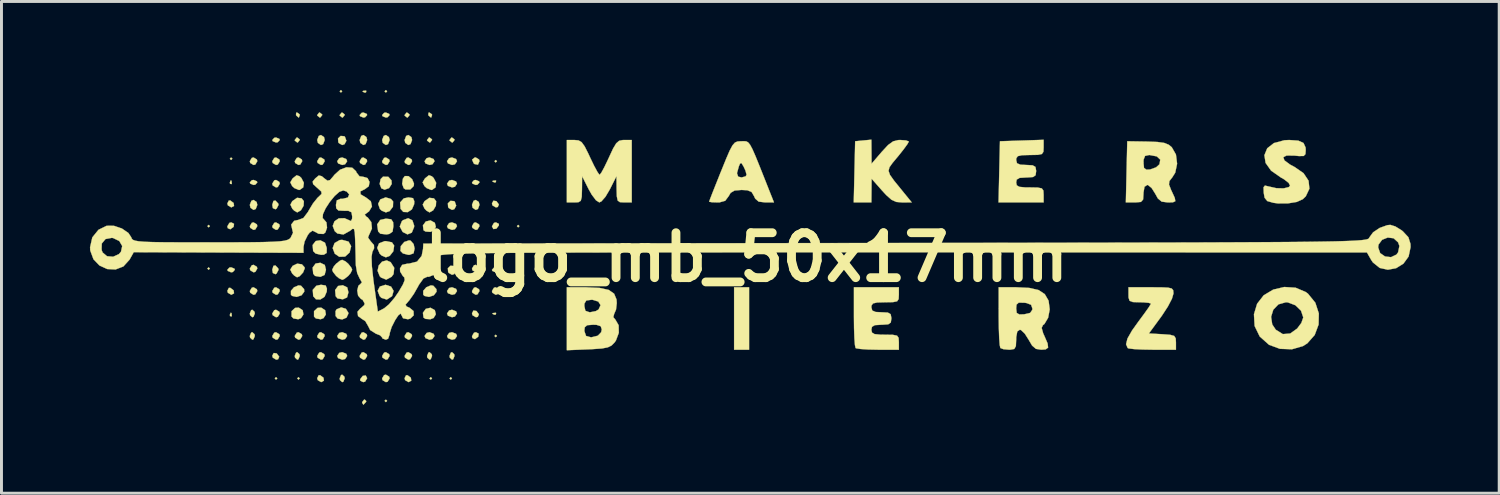
<source format=kicad_pcb>
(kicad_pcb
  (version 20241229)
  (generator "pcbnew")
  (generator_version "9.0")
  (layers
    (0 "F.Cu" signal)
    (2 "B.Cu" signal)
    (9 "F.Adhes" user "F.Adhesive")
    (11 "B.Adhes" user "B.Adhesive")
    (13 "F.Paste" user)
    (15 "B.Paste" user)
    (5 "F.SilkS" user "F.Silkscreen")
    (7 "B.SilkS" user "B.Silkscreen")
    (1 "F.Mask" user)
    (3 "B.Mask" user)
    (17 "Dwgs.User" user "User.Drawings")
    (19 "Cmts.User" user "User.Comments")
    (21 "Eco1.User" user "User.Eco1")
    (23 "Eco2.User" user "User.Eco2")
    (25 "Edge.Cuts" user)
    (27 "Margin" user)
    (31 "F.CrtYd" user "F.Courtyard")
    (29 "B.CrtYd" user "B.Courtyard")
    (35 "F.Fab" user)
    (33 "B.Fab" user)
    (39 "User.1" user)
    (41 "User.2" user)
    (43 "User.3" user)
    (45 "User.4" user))
  (footprint "logo_mb_50x17mm"
    (layer "F.Cu")
    (at 22.272 5.678)
    (property "Reference" "logo_mb_50x17mm" (at 0 0 0) (layer "F.SilkS") (effects (font (size 1.524 1.524) (thickness 0.3))))
    (attr through_hole)
    (fp_poly (pts (xy -18.203 -1.058) (xy -18.246 -1.016) (xy -18.288 -1.058) (xy -18.246 -1.101) (xy -18.203 -1.058)) (stroke (width 0.01) (type solid)) (fill yes) (layer "F.SilkS"))
    (fp_poly (pts (xy -18.203 0.381) (xy -18.246 0.423) (xy -18.288 0.381) (xy -18.246 0.339) (xy -18.203 0.381)) (stroke (width 0.01) (type solid)) (fill yes) (layer "F.SilkS"))
    (fp_poly (pts (xy -17.441 -3.344) (xy -17.484 -3.302) (xy -17.526 -3.344) (xy -17.484 -3.387) (xy -17.441 -3.344)) (stroke (width 0.01) (type solid)) (fill yes) (layer "F.SilkS"))
    (fp_poly (pts (xy -15.917 4.106) (xy -15.96 4.149) (xy -16.002 4.106) (xy -15.96 4.064) (xy -15.917 4.106)) (stroke (width 0.01) (type solid)) (fill yes) (layer "F.SilkS"))
    (fp_poly (pts (xy -15.155 4.106) (xy -15.198 4.149) (xy -15.24 4.106) (xy -15.198 4.064) (xy -15.155 4.106)) (stroke (width 0.01) (type solid)) (fill yes) (layer "F.SilkS"))
    (fp_poly (pts (xy -13.716 -5.63) (xy -13.758 -5.588) (xy -13.801 -5.63) (xy -13.758 -5.673) (xy -13.716 -5.63)) (stroke (width 0.01) (type solid)) (fill yes) (layer "F.SilkS"))
    (fp_poly (pts (xy -12.192 -5.63) (xy -12.234 -5.588) (xy -12.277 -5.63) (xy -12.234 -5.673) (xy -12.192 -5.63)) (stroke (width 0.01) (type solid)) (fill yes) (layer "F.SilkS"))
    (fp_poly (pts (xy -12.192 4.868) (xy -12.234 4.911) (xy -12.277 4.868) (xy -12.234 4.826) (xy -12.192 4.868)) (stroke (width 0.01) (type solid)) (fill yes) (layer "F.SilkS"))
    (fp_poly (pts (xy -10.668 4.106) (xy -10.71 4.149) (xy -10.753 4.106) (xy -10.71 4.064) (xy -10.668 4.106)) (stroke (width 0.01) (type solid)) (fill yes) (layer "F.SilkS"))
    (fp_poly (pts (xy -9.991 4.106) (xy -10.033 4.149) (xy -10.075 4.106) (xy -10.033 4.064) (xy -9.991 4.106)) (stroke (width 0.01) (type solid)) (fill yes) (layer "F.SilkS"))
    (fp_poly (pts (xy -8.467 -3.26) (xy -8.509 -3.217) (xy -8.551 -3.26) (xy -8.509 -3.302) (xy -8.467 -3.26)) (stroke (width 0.01) (type solid)) (fill yes) (layer "F.SilkS"))
    (fp_poly (pts (xy -8.467 2.667) (xy -8.509 2.709) (xy -8.551 2.667) (xy -8.509 2.625) (xy -8.467 2.667)) (stroke (width 0.01) (type solid)) (fill yes) (layer "F.SilkS"))
    (fp_poly (pts (xy -7.705 -1.058) (xy -7.747 -1.016) (xy -7.789 -1.058) (xy -7.747 -1.101) (xy -7.705 -1.058)) (stroke (width 0.01) (type solid)) (fill yes) (layer "F.SilkS"))
    (fp_poly (pts (xy -7.705 0.381) (xy -7.747 0.423) (xy -7.789 0.381) (xy -7.747 0.339) (xy -7.705 0.381)) (stroke (width 0.01) (type solid)) (fill yes) (layer "F.SilkS"))
    (fp_poly (pts (xy 0.085 3.133) (xy -0.423 3.133) (xy -0.423 1.016) (xy 0.085 1.016) (xy 0.085 3.133)) (stroke (width 0.01) (type solid)) (fill yes) (layer "F.SilkS"))
    (fp_poly (pts (xy -17.47 -2.596) (xy -17.459 -2.496) (xy -17.47 -2.484) (xy -17.52 -2.495) (xy -17.526 -2.54) (xy -17.495 -2.61) (xy -17.47 -2.596)) (stroke (width 0.01) (type solid)) (fill yes) (layer "F.SilkS"))
    (fp_poly (pts (xy -17.47 1.891) (xy -17.459 1.991) (xy -17.47 2.004) (xy -17.52 1.992) (xy -17.526 1.947) (xy -17.495 1.878) (xy -17.47 1.891)) (stroke (width 0.01) (type solid)) (fill yes) (layer "F.SilkS"))
    (fp_poly (pts (xy -12.898 -5.644) (xy -12.909 -5.594) (xy -12.954 -5.588) (xy -13.024 -5.619) (xy -13.01 -5.644) (xy -12.91 -5.655) (xy -12.898 -5.644)) (stroke (width 0.01) (type solid)) (fill yes) (layer "F.SilkS"))
    (fp_poly (pts (xy -8.495 -2.596) (xy -8.507 -2.546) (xy -8.551 -2.54) (xy -8.621 -2.571) (xy -8.608 -2.596) (xy -8.507 -2.607) (xy -8.495 -2.596)) (stroke (width 0.01) (type solid)) (fill yes) (layer "F.SilkS"))
    (fp_poly (pts (xy -8.495 1.891) (xy -8.507 1.941) (xy -8.551 1.947) (xy -8.621 1.916) (xy -8.608 1.891) (xy -8.507 1.881) (xy -8.495 1.891)) (stroke (width 0.01) (type solid)) (fill yes) (layer "F.SilkS"))
    (fp_poly (pts (xy -17.398 -1.844) (xy -17.384 -1.742) (xy -17.477 -1.693) (xy -17.593 -1.762) (xy -17.611 -1.827) (xy -17.561 -1.926) (xy -17.51 -1.928) (xy -17.398 -1.844)) (stroke (width 0.01) (type solid)) (fill yes) (layer "F.SilkS"))
    (fp_poly (pts (xy -17.398 1.12) (xy -17.384 1.221) (xy -17.477 1.27) (xy -17.593 1.202) (xy -17.611 1.136) (xy -17.561 1.037) (xy -17.51 1.035) (xy -17.398 1.12)) (stroke (width 0.01) (type solid)) (fill yes) (layer "F.SilkS"))
    (fp_poly (pts (xy -17.384 -1.136) (xy -17.399 -1.034) (xy -17.51 -0.951) (xy -17.596 -0.988) (xy -17.611 -1.051) (xy -17.542 -1.168) (xy -17.477 -1.185) (xy -17.384 -1.136)) (stroke (width 0.01) (type solid)) (fill yes) (layer "F.SilkS"))
    (fp_poly (pts (xy -15.936 3.259) (xy -15.852 3.371) (xy -15.889 3.457) (xy -15.953 3.471) (xy -16.069 3.403) (xy -16.087 3.337) (xy -16.037 3.245) (xy -15.936 3.259)) (stroke (width 0.01) (type solid)) (fill yes) (layer "F.SilkS"))
    (fp_poly (pts (xy -14.35 4.083) (xy -14.336 4.184) (xy -14.429 4.233) (xy -14.545 4.165) (xy -14.563 4.099) (xy -14.513 4.001) (xy -14.462 3.999) (xy -14.35 4.083)) (stroke (width 0.01) (type solid)) (fill yes) (layer "F.SilkS"))
    (fp_poly (pts (xy -12.869 4.099) (xy -12.938 4.216) (xy -13.003 4.233) (xy -13.102 4.184) (xy -13.104 4.133) (xy -13.02 4.021) (xy -12.918 4.007) (xy -12.869 4.099)) (stroke (width 0.01) (type solid)) (fill yes) (layer "F.SilkS"))
    (fp_poly (pts (xy -11.387 4.083) (xy -11.373 4.184) (xy -11.465 4.233) (xy -11.582 4.165) (xy -11.599 4.099) (xy -11.55 4.001) (xy -11.499 3.999) (xy -11.387 4.083)) (stroke (width 0.01) (type solid)) (fill yes) (layer "F.SilkS"))
    (fp_poly (pts (xy -9.162 1.82) (xy -9.079 1.931) (xy -9.116 2.018) (xy -9.179 2.032) (xy -9.296 1.964) (xy -9.313 1.898) (xy -9.264 1.805) (xy -9.162 1.82)) (stroke (width 0.01) (type solid)) (fill yes) (layer "F.SilkS"))
    (fp_poly (pts (xy -9.087 2.589) (xy -9.101 2.691) (xy -9.213 2.775) (xy -9.299 2.738) (xy -9.313 2.674) (xy -9.245 2.557) (xy -9.179 2.54) (xy -9.087 2.589)) (stroke (width 0.01) (type solid)) (fill yes) (layer "F.SilkS"))
    (fp_poly (pts (xy -8.485 -1.905) (xy -8.401 -1.794) (xy -8.438 -1.708) (xy -8.502 -1.693) (xy -8.619 -1.762) (xy -8.636 -1.827) (xy -8.587 -1.92) (xy -8.485 -1.905)) (stroke (width 0.01) (type solid)) (fill yes) (layer "F.SilkS"))
    (fp_poly (pts (xy -8.403 -1.136) (xy -8.401 -1.085) (xy -8.486 -0.973) (xy -8.587 -0.959) (xy -8.636 -1.051) (xy -8.568 -1.168) (xy -8.502 -1.185) (xy -8.403 -1.136)) (stroke (width 0.01) (type solid)) (fill yes) (layer "F.SilkS"))
    (fp_poly (pts (xy -17.371 0.384) (xy -17.357 0.423) (xy -17.425 0.498) (xy -17.484 0.508) (xy -17.596 0.462) (xy -17.611 0.423) (xy -17.542 0.348) (xy -17.484 0.339) (xy -17.371 0.384)) (stroke (width 0.01) (type solid)) (fill yes) (layer "F.SilkS"))
    (fp_poly (pts (xy -16.689 1.847) (xy -16.679 1.905) (xy -16.725 2.018) (xy -16.764 2.032) (xy -16.839 1.963) (xy -16.849 1.905) (xy -16.803 1.792) (xy -16.764 1.778) (xy -16.689 1.847)) (stroke (width 0.01) (type solid)) (fill yes) (layer "F.SilkS"))
    (fp_poly (pts (xy -16.689 2.609) (xy -16.679 2.667) (xy -16.725 2.78) (xy -16.764 2.794) (xy -16.839 2.725) (xy -16.849 2.667) (xy -16.803 2.554) (xy -16.764 2.54) (xy -16.689 2.609)) (stroke (width 0.01) (type solid)) (fill yes) (layer "F.SilkS"))
    (fp_poly (pts (xy -16.618 -1.877) (xy -16.595 -1.778) (xy -16.648 -1.64) (xy -16.722 -1.609) (xy -16.825 -1.679) (xy -16.849 -1.778) (xy -16.796 -1.916) (xy -16.722 -1.947) (xy -16.618 -1.877)) (stroke (width 0.01) (type solid)) (fill yes) (layer "F.SilkS"))
    (fp_poly (pts (xy -16.609 -3.319) (xy -16.595 -3.26) (xy -16.662 -3.147) (xy -16.722 -3.133) (xy -16.834 -3.2) (xy -16.849 -3.26) (xy -16.781 -3.372) (xy -16.722 -3.387) (xy -16.609 -3.319)) (stroke (width 0.01) (type solid)) (fill yes) (layer "F.SilkS"))
    (fp_poly (pts (xy -16.609 -1.118) (xy -16.595 -1.058) (xy -16.662 -0.946) (xy -16.722 -0.931) (xy -16.834 -0.999) (xy -16.849 -1.058) (xy -16.781 -1.171) (xy -16.722 -1.185) (xy -16.609 -1.118)) (stroke (width 0.01) (type solid)) (fill yes) (layer "F.SilkS"))
    (fp_poly (pts (xy -16.609 0.322) (xy -16.595 0.381) (xy -16.662 0.493) (xy -16.722 0.508) (xy -16.834 0.44) (xy -16.849 0.381) (xy -16.781 0.269) (xy -16.722 0.254) (xy -16.609 0.322)) (stroke (width 0.01) (type solid)) (fill yes) (layer "F.SilkS"))
    (fp_poly (pts (xy -16.609 1.084) (xy -16.595 1.143) (xy -16.662 1.255) (xy -16.722 1.27) (xy -16.834 1.202) (xy -16.849 1.143) (xy -16.781 1.031) (xy -16.722 1.016) (xy -16.609 1.084)) (stroke (width 0.01) (type solid)) (fill yes) (layer "F.SilkS"))
    (fp_poly (pts (xy -16.609 -2.579) (xy -16.595 -2.54) (xy -16.663 -2.465) (xy -16.722 -2.455) (xy -16.834 -2.501) (xy -16.849 -2.54) (xy -16.78 -2.615) (xy -16.722 -2.625) (xy -16.609 -2.579)) (stroke (width 0.01) (type solid)) (fill yes) (layer "F.SilkS"))
    (fp_poly (pts (xy -15.883 -1.822) (xy -15.875 -1.778) (xy -15.942 -1.651) (xy -15.981 -1.63) (xy -16.066 -1.669) (xy -16.087 -1.778) (xy -16.048 -1.912) (xy -15.981 -1.926) (xy -15.883 -1.822)) (stroke (width 0.01) (type solid)) (fill yes) (layer "F.SilkS"))
    (fp_poly (pts (xy -15.883 0.379) (xy -15.875 0.423) (xy -15.942 0.55) (xy -15.981 0.572) (xy -16.066 0.532) (xy -16.087 0.423) (xy -16.048 0.289) (xy -15.981 0.275) (xy -15.883 0.379)) (stroke (width 0.01) (type solid)) (fill yes) (layer "F.SilkS"))
    (fp_poly (pts (xy -15.847 -3.319) (xy -15.833 -3.26) (xy -15.9 -3.147) (xy -15.96 -3.133) (xy -16.072 -3.2) (xy -16.087 -3.26) (xy -16.019 -3.372) (xy -15.96 -3.387) (xy -15.847 -3.319)) (stroke (width 0.01) (type solid)) (fill yes) (layer "F.SilkS"))
    (fp_poly (pts (xy -15.847 -2.557) (xy -15.833 -2.498) (xy -15.9 -2.385) (xy -15.96 -2.371) (xy -16.072 -2.438) (xy -16.087 -2.498) (xy -16.019 -2.61) (xy -15.96 -2.625) (xy -15.847 -2.557)) (stroke (width 0.01) (type solid)) (fill yes) (layer "F.SilkS"))
    (fp_poly (pts (xy -15.847 -1.118) (xy -15.833 -1.058) (xy -15.9 -0.946) (xy -15.96 -0.931) (xy -16.072 -0.999) (xy -16.087 -1.058) (xy -16.019 -1.171) (xy -15.96 -1.185) (xy -15.847 -1.118)) (stroke (width 0.01) (type solid)) (fill yes) (layer "F.SilkS"))
    (fp_poly (pts (xy -15.847 1.084) (xy -15.833 1.143) (xy -15.9 1.255) (xy -15.96 1.27) (xy -16.072 1.202) (xy -16.087 1.143) (xy -16.019 1.031) (xy -15.96 1.016) (xy -15.847 1.084)) (stroke (width 0.01) (type solid)) (fill yes) (layer "F.SilkS"))
    (fp_poly (pts (xy -15.847 1.846) (xy -15.833 1.905) (xy -15.9 2.017) (xy -15.96 2.032) (xy -16.072 1.964) (xy -16.087 1.905) (xy -16.019 1.793) (xy -15.96 1.778) (xy -15.847 1.846)) (stroke (width 0.01) (type solid)) (fill yes) (layer "F.SilkS"))
    (fp_poly (pts (xy -15.847 2.608) (xy -15.833 2.667) (xy -15.9 2.779) (xy -15.96 2.794) (xy -16.072 2.726) (xy -16.087 2.667) (xy -16.019 2.555) (xy -15.96 2.54) (xy -15.847 2.608)) (stroke (width 0.01) (type solid)) (fill yes) (layer "F.SilkS"))
    (fp_poly (pts (xy -15.847 -4.018) (xy -15.833 -3.979) (xy -15.901 -3.904) (xy -15.96 -3.895) (xy -16.072 -3.94) (xy -16.087 -3.979) (xy -16.018 -4.054) (xy -15.96 -4.064) (xy -15.847 -4.018)) (stroke (width 0.01) (type solid)) (fill yes) (layer "F.SilkS"))
    (fp_poly (pts (xy -15.165 3.286) (xy -15.155 3.344) (xy -15.201 3.457) (xy -15.24 3.471) (xy -15.315 3.403) (xy -15.325 3.344) (xy -15.279 3.232) (xy -15.24 3.217) (xy -15.165 3.286)) (stroke (width 0.01) (type solid)) (fill yes) (layer "F.SilkS"))
    (fp_poly (pts (xy -15.159 -4.849) (xy -15.155 -4.826) (xy -15.184 -4.744) (xy -15.193 -4.741) (xy -15.265 -4.801) (xy -15.282 -4.826) (xy -15.276 -4.904) (xy -15.245 -4.911) (xy -15.159 -4.849)) (stroke (width 0.01) (type solid)) (fill yes) (layer "F.SilkS"))
    (fp_poly (pts (xy -15.158 -4) (xy -15.155 -3.979) (xy -15.22 -3.897) (xy -15.24 -3.895) (xy -15.322 -3.959) (xy -15.325 -3.979) (xy -15.26 -4.062) (xy -15.24 -4.064) (xy -15.158 -4)) (stroke (width 0.01) (type solid)) (fill yes) (layer "F.SilkS"))
    (fp_poly (pts (xy -15.085 -3.319) (xy -15.071 -3.26) (xy -15.138 -3.147) (xy -15.198 -3.133) (xy -15.31 -3.2) (xy -15.325 -3.26) (xy -15.257 -3.372) (xy -15.198 -3.387) (xy -15.085 -3.319)) (stroke (width 0.01) (type solid)) (fill yes) (layer "F.SilkS"))
    (fp_poly (pts (xy -15.085 2.608) (xy -15.071 2.667) (xy -15.138 2.779) (xy -15.198 2.794) (xy -15.31 2.726) (xy -15.325 2.667) (xy -15.257 2.555) (xy -15.198 2.54) (xy -15.085 2.608)) (stroke (width 0.01) (type solid)) (fill yes) (layer "F.SilkS"))
    (fp_poly (pts (xy -14.396 -4.846) (xy -14.393 -4.826) (xy -14.458 -4.744) (xy -14.478 -4.741) (xy -14.56 -4.806) (xy -14.563 -4.826) (xy -14.498 -4.908) (xy -14.478 -4.911) (xy -14.396 -4.846)) (stroke (width 0.01) (type solid)) (fill yes) (layer "F.SilkS"))
    (fp_poly (pts (xy -14.332 -4.078) (xy -14.309 -3.979) (xy -14.362 -3.841) (xy -14.436 -3.81) (xy -14.539 -3.881) (xy -14.563 -3.979) (xy -14.51 -4.117) (xy -14.436 -4.149) (xy -14.332 -4.078)) (stroke (width 0.01) (type solid)) (fill yes) (layer "F.SilkS"))
    (fp_poly (pts (xy -14.323 -3.319) (xy -14.309 -3.26) (xy -14.376 -3.147) (xy -14.436 -3.133) (xy -14.548 -3.2) (xy -14.563 -3.26) (xy -14.495 -3.372) (xy -14.436 -3.387) (xy -14.323 -3.319)) (stroke (width 0.01) (type solid)) (fill yes) (layer "F.SilkS"))
    (fp_poly (pts (xy -14.323 2.608) (xy -14.309 2.667) (xy -14.376 2.779) (xy -14.436 2.794) (xy -14.548 2.726) (xy -14.563 2.667) (xy -14.495 2.555) (xy -14.436 2.54) (xy -14.323 2.608)) (stroke (width 0.01) (type solid)) (fill yes) (layer "F.SilkS"))
    (fp_poly (pts (xy -14.323 3.285) (xy -14.309 3.344) (xy -14.376 3.457) (xy -14.436 3.471) (xy -14.548 3.404) (xy -14.563 3.344) (xy -14.495 3.232) (xy -14.436 3.217) (xy -14.323 3.285)) (stroke (width 0.01) (type solid)) (fill yes) (layer "F.SilkS"))
    (fp_poly (pts (xy -13.641 4.048) (xy -13.631 4.106) (xy -13.677 4.219) (xy -13.716 4.233) (xy -13.791 4.165) (xy -13.801 4.106) (xy -13.755 3.994) (xy -13.716 3.979) (xy -13.641 4.048)) (stroke (width 0.01) (type solid)) (fill yes) (layer "F.SilkS"))
    (fp_poly (pts (xy -13.634 -4.846) (xy -13.631 -4.826) (xy -13.696 -4.744) (xy -13.716 -4.741) (xy -13.798 -4.806) (xy -13.801 -4.826) (xy -13.736 -4.908) (xy -13.716 -4.911) (xy -13.634 -4.846)) (stroke (width 0.01) (type solid)) (fill yes) (layer "F.SilkS"))
    (fp_poly (pts (xy -13.578 -3.334) (xy -13.547 -3.26) (xy -13.617 -3.156) (xy -13.716 -3.133) (xy -13.854 -3.186) (xy -13.885 -3.26) (xy -13.815 -3.363) (xy -13.716 -3.387) (xy -13.578 -3.334)) (stroke (width 0.01) (type solid)) (fill yes) (layer "F.SilkS"))
    (fp_poly (pts (xy -13.578 2.593) (xy -13.547 2.667) (xy -13.617 2.77) (xy -13.716 2.794) (xy -13.854 2.741) (xy -13.885 2.667) (xy -13.815 2.564) (xy -13.716 2.54) (xy -13.578 2.593)) (stroke (width 0.01) (type solid)) (fill yes) (layer "F.SilkS"))
    (fp_poly (pts (xy -13.578 3.27) (xy -13.547 3.344) (xy -13.617 3.448) (xy -13.716 3.471) (xy -13.854 3.418) (xy -13.885 3.344) (xy -13.815 3.241) (xy -13.716 3.217) (xy -13.578 3.27)) (stroke (width 0.01) (type solid)) (fill yes) (layer "F.SilkS"))
    (fp_poly (pts (xy -12.898 4.878) (xy -12.912 4.911) (xy -12.988 4.991) (xy -13.001 4.995) (xy -13.038 4.93) (xy -13.039 4.911) (xy -12.974 4.829) (xy -12.949 4.826) (xy -12.898 4.878)) (stroke (width 0.01) (type solid)) (fill yes) (layer "F.SilkS"))
    (fp_poly (pts (xy -12.893 -4.078) (xy -12.869 -3.979) (xy -12.922 -3.841) (xy -12.996 -3.81) (xy -13.1 -3.881) (xy -13.123 -3.979) (xy -13.07 -4.117) (xy -12.996 -4.149) (xy -12.893 -4.078)) (stroke (width 0.01) (type solid)) (fill yes) (layer "F.SilkS"))
    (fp_poly (pts (xy -12.884 -3.319) (xy -12.869 -3.26) (xy -12.937 -3.147) (xy -12.996 -3.133) (xy -13.109 -3.2) (xy -13.123 -3.26) (xy -13.056 -3.372) (xy -12.996 -3.387) (xy -12.884 -3.319)) (stroke (width 0.01) (type solid)) (fill yes) (layer "F.SilkS"))
    (fp_poly (pts (xy -12.884 2.608) (xy -12.869 2.667) (xy -12.937 2.779) (xy -12.996 2.794) (xy -13.109 2.726) (xy -13.123 2.667) (xy -13.056 2.555) (xy -12.996 2.54) (xy -12.884 2.608)) (stroke (width 0.01) (type solid)) (fill yes) (layer "F.SilkS"))
    (fp_poly (pts (xy -12.884 3.285) (xy -12.869 3.344) (xy -12.937 3.457) (xy -12.996 3.471) (xy -13.109 3.404) (xy -13.123 3.344) (xy -13.056 3.232) (xy -12.996 3.217) (xy -12.884 3.285)) (stroke (width 0.01) (type solid)) (fill yes) (layer "F.SilkS"))
    (fp_poly (pts (xy -12.884 -4.865) (xy -12.869 -4.826) (xy -12.938 -4.751) (xy -12.996 -4.741) (xy -13.109 -4.787) (xy -13.123 -4.826) (xy -13.055 -4.901) (xy -12.996 -4.911) (xy -12.884 -4.865)) (stroke (width 0.01) (type solid)) (fill yes) (layer "F.SilkS"))
    (fp_poly (pts (xy -12.131 -4.078) (xy -12.107 -3.979) (xy -12.16 -3.841) (xy -12.234 -3.81) (xy -12.338 -3.881) (xy -12.361 -3.979) (xy -12.308 -4.117) (xy -12.234 -4.149) (xy -12.131 -4.078)) (stroke (width 0.01) (type solid)) (fill yes) (layer "F.SilkS"))
    (fp_poly (pts (xy -12.122 -3.319) (xy -12.107 -3.26) (xy -12.175 -3.147) (xy -12.234 -3.133) (xy -12.347 -3.2) (xy -12.361 -3.26) (xy -12.294 -3.372) (xy -12.234 -3.387) (xy -12.122 -3.319)) (stroke (width 0.01) (type solid)) (fill yes) (layer "F.SilkS"))
    (fp_poly (pts (xy -12.122 3.285) (xy -12.107 3.344) (xy -12.175 3.457) (xy -12.234 3.471) (xy -12.347 3.404) (xy -12.361 3.344) (xy -12.294 3.232) (xy -12.234 3.217) (xy -12.122 3.285)) (stroke (width 0.01) (type solid)) (fill yes) (layer "F.SilkS"))
    (fp_poly (pts (xy -12.122 4.047) (xy -12.107 4.106) (xy -12.175 4.219) (xy -12.234 4.233) (xy -12.347 4.166) (xy -12.361 4.106) (xy -12.294 3.994) (xy -12.234 3.979) (xy -12.122 4.047)) (stroke (width 0.01) (type solid)) (fill yes) (layer "F.SilkS"))
    (fp_poly (pts (xy -12.122 -4.865) (xy -12.107 -4.826) (xy -12.176 -4.751) (xy -12.234 -4.741) (xy -12.347 -4.787) (xy -12.361 -4.826) (xy -12.293 -4.901) (xy -12.234 -4.911) (xy -12.122 -4.865)) (stroke (width 0.01) (type solid)) (fill yes) (layer "F.SilkS"))
    (fp_poly (pts (xy -11.432 -4.846) (xy -11.43 -4.826) (xy -11.494 -4.744) (xy -11.515 -4.741) (xy -11.597 -4.806) (xy -11.599 -4.826) (xy -11.535 -4.908) (xy -11.515 -4.911) (xy -11.432 -4.846)) (stroke (width 0.01) (type solid)) (fill yes) (layer "F.SilkS"))
    (fp_poly (pts (xy -11.369 -4.078) (xy -11.345 -3.979) (xy -11.398 -3.841) (xy -11.472 -3.81) (xy -11.576 -3.881) (xy -11.599 -3.979) (xy -11.546 -4.117) (xy -11.472 -4.149) (xy -11.369 -4.078)) (stroke (width 0.01) (type solid)) (fill yes) (layer "F.SilkS"))
    (fp_poly (pts (xy -11.36 -3.319) (xy -11.345 -3.26) (xy -11.413 -3.147) (xy -11.472 -3.133) (xy -11.585 -3.2) (xy -11.599 -3.26) (xy -11.532 -3.372) (xy -11.472 -3.387) (xy -11.36 -3.319)) (stroke (width 0.01) (type solid)) (fill yes) (layer "F.SilkS"))
    (fp_poly (pts (xy -11.36 2.608) (xy -11.345 2.667) (xy -11.413 2.779) (xy -11.472 2.794) (xy -11.585 2.726) (xy -11.599 2.667) (xy -11.532 2.555) (xy -11.472 2.54) (xy -11.36 2.608)) (stroke (width 0.01) (type solid)) (fill yes) (layer "F.SilkS"))
    (fp_poly (pts (xy -11.36 3.285) (xy -11.345 3.344) (xy -11.413 3.457) (xy -11.472 3.471) (xy -11.585 3.404) (xy -11.599 3.344) (xy -11.532 3.232) (xy -11.472 3.217) (xy -11.36 3.285)) (stroke (width 0.01) (type solid)) (fill yes) (layer "F.SilkS"))
    (fp_poly (pts (xy -10.678 3.286) (xy -10.668 3.344) (xy -10.714 3.457) (xy -10.753 3.471) (xy -10.828 3.403) (xy -10.837 3.344) (xy -10.792 3.232) (xy -10.753 3.217) (xy -10.678 3.286)) (stroke (width 0.01) (type solid)) (fill yes) (layer "F.SilkS"))
    (fp_poly (pts (xy -10.671 -4.849) (xy -10.668 -4.826) (xy -10.697 -4.744) (xy -10.705 -4.741) (xy -10.778 -4.801) (xy -10.795 -4.826) (xy -10.788 -4.904) (xy -10.758 -4.911) (xy -10.671 -4.849)) (stroke (width 0.01) (type solid)) (fill yes) (layer "F.SilkS"))
    (fp_poly (pts (xy -10.67 -4) (xy -10.668 -3.979) (xy -10.732 -3.897) (xy -10.753 -3.895) (xy -10.835 -3.959) (xy -10.837 -3.979) (xy -10.773 -4.062) (xy -10.753 -4.064) (xy -10.67 -4)) (stroke (width 0.01) (type solid)) (fill yes) (layer "F.SilkS"))
    (fp_poly (pts (xy -10.615 -3.334) (xy -10.583 -3.26) (xy -10.654 -3.156) (xy -10.753 -3.133) (xy -10.891 -3.186) (xy -10.922 -3.26) (xy -10.851 -3.363) (xy -10.753 -3.387) (xy -10.615 -3.334)) (stroke (width 0.01) (type solid)) (fill yes) (layer "F.SilkS"))
    (fp_poly (pts (xy -10.615 2.593) (xy -10.583 2.667) (xy -10.654 2.77) (xy -10.753 2.794) (xy -10.891 2.741) (xy -10.922 2.667) (xy -10.851 2.564) (xy -10.753 2.54) (xy -10.615 2.593)) (stroke (width 0.01) (type solid)) (fill yes) (layer "F.SilkS"))
    (fp_poly (pts (xy -9.916 3.286) (xy -9.906 3.344) (xy -9.952 3.457) (xy -9.991 3.471) (xy -10.066 3.403) (xy -10.075 3.344) (xy -10.03 3.232) (xy -9.991 3.217) (xy -9.916 3.286)) (stroke (width 0.01) (type solid)) (fill yes) (layer "F.SilkS"))
    (fp_poly (pts (xy -9.908 -4) (xy -9.906 -3.979) (xy -9.97 -3.897) (xy -9.991 -3.895) (xy -10.073 -3.959) (xy -10.075 -3.979) (xy -10.011 -4.062) (xy -9.991 -4.064) (xy -9.908 -4)) (stroke (width 0.01) (type solid)) (fill yes) (layer "F.SilkS"))
    (fp_poly (pts (xy -9.853 -3.334) (xy -9.821 -3.26) (xy -9.892 -3.156) (xy -9.991 -3.133) (xy -10.129 -3.186) (xy -10.16 -3.26) (xy -10.089 -3.363) (xy -9.991 -3.387) (xy -9.853 -3.334)) (stroke (width 0.01) (type solid)) (fill yes) (layer "F.SilkS"))
    (fp_poly (pts (xy -9.853 -2.572) (xy -9.821 -2.498) (xy -9.892 -2.394) (xy -9.991 -2.371) (xy -10.129 -2.424) (xy -10.16 -2.498) (xy -10.089 -2.601) (xy -9.991 -2.625) (xy -9.853 -2.572)) (stroke (width 0.01) (type solid)) (fill yes) (layer "F.SilkS"))
    (fp_poly (pts (xy -9.853 -1.132) (xy -9.821 -1.058) (xy -9.892 -0.955) (xy -9.991 -0.931) (xy -10.129 -0.984) (xy -10.16 -1.058) (xy -10.089 -1.162) (xy -9.991 -1.185) (xy -9.853 -1.132)) (stroke (width 0.01) (type solid)) (fill yes) (layer "F.SilkS"))
    (fp_poly (pts (xy -9.853 1.069) (xy -9.821 1.143) (xy -9.892 1.246) (xy -9.991 1.27) (xy -10.129 1.217) (xy -10.16 1.143) (xy -10.089 1.04) (xy -9.991 1.016) (xy -9.853 1.069)) (stroke (width 0.01) (type solid)) (fill yes) (layer "F.SilkS"))
    (fp_poly (pts (xy -9.853 1.831) (xy -9.821 1.905) (xy -9.892 2.008) (xy -9.991 2.032) (xy -10.129 1.979) (xy -10.16 1.905) (xy -10.089 1.802) (xy -9.991 1.778) (xy -9.853 1.831)) (stroke (width 0.01) (type solid)) (fill yes) (layer "F.SilkS"))
    (fp_poly (pts (xy -9.853 2.593) (xy -9.821 2.667) (xy -9.892 2.77) (xy -9.991 2.794) (xy -10.129 2.741) (xy -10.16 2.667) (xy -10.089 2.564) (xy -9.991 2.54) (xy -9.853 2.593)) (stroke (width 0.01) (type solid)) (fill yes) (layer "F.SilkS"))
    (fp_poly (pts (xy -9.083 -1.877) (xy -9.059 -1.778) (xy -9.112 -1.64) (xy -9.186 -1.609) (xy -9.29 -1.679) (xy -9.313 -1.778) (xy -9.26 -1.916) (xy -9.186 -1.947) (xy -9.083 -1.877)) (stroke (width 0.01) (type solid)) (fill yes) (layer "F.SilkS"))
    (fp_poly (pts (xy -9.074 -3.319) (xy -9.059 -3.26) (xy -9.111 -3.143) (xy -9.228 -3.164) (xy -9.257 -3.189) (xy -9.311 -3.313) (xy -9.223 -3.384) (xy -9.186 -3.387) (xy -9.074 -3.319)) (stroke (width 0.01) (type solid)) (fill yes) (layer "F.SilkS"))
    (fp_poly (pts (xy -9.074 -1.118) (xy -9.059 -1.058) (xy -9.127 -0.946) (xy -9.186 -0.931) (xy -9.299 -0.999) (xy -9.313 -1.058) (xy -9.246 -1.171) (xy -9.186 -1.185) (xy -9.074 -1.118)) (stroke (width 0.01) (type solid)) (fill yes) (layer "F.SilkS"))
    (fp_poly (pts (xy -9.074 0.322) (xy -9.059 0.381) (xy -9.127 0.493) (xy -9.186 0.508) (xy -9.299 0.44) (xy -9.313 0.381) (xy -9.246 0.269) (xy -9.186 0.254) (xy -9.074 0.322)) (stroke (width 0.01) (type solid)) (fill yes) (layer "F.SilkS"))
    (fp_poly (pts (xy -9.074 1.084) (xy -9.059 1.143) (xy -9.127 1.255) (xy -9.186 1.27) (xy -9.299 1.202) (xy -9.313 1.143) (xy -9.246 1.031) (xy -9.186 1.016) (xy -9.074 1.084)) (stroke (width 0.01) (type solid)) (fill yes) (layer "F.SilkS"))
    (fp_poly (pts (xy -9.074 -2.579) (xy -9.059 -2.54) (xy -9.128 -2.465) (xy -9.186 -2.455) (xy -9.299 -2.501) (xy -9.313 -2.54) (xy -9.245 -2.615) (xy -9.186 -2.625) (xy -9.074 -2.579)) (stroke (width 0.01) (type solid)) (fill yes) (layer "F.SilkS"))
    (fp_poly (pts (xy -8.397 1.084) (xy -8.382 1.143) (xy -8.45 1.255) (xy -8.509 1.27) (xy -8.621 1.202) (xy -8.636 1.143) (xy -8.568 1.031) (xy -8.509 1.016) (xy -8.397 1.084)) (stroke (width 0.01) (type solid)) (fill yes) (layer "F.SilkS"))
    (fp_poly (pts (xy -8.396 0.384) (xy -8.382 0.423) (xy -8.451 0.498) (xy -8.509 0.508) (xy -8.622 0.462) (xy -8.636 0.423) (xy -8.567 0.348) (xy -8.509 0.339) (xy -8.396 0.384)) (stroke (width 0.01) (type solid)) (fill yes) (layer "F.SilkS"))
    (fp_poly (pts (xy -15.055 1.795) (xy -15.031 1.937) (xy -15.112 2.063) (xy -15.208 2.1) (xy -15.37 2.073) (xy -15.433 2.008) (xy -15.433 1.827) (xy -15.313 1.715) (xy -15.188 1.707) (xy -15.055 1.795)) (stroke (width 0.01) (type solid)) (fill yes) (layer "F.SilkS"))
    (fp_poly (pts (xy -14.306 0.258) (xy -14.266 0.423) (xy -14.313 0.598) (xy -14.457 0.662) (xy -14.636 0.631) (xy -14.699 0.556) (xy -14.718 0.347) (xy -14.617 0.21) (xy -14.457 0.185) (xy -14.306 0.258)) (stroke (width 0.01) (type solid)) (fill yes) (layer "F.SilkS"))
    (fp_poly (pts (xy -14.293 1.795) (xy -14.269 1.937) (xy -14.35 2.063) (xy -14.446 2.1) (xy -14.608 2.073) (xy -14.671 2.008) (xy -14.671 1.827) (xy -14.551 1.715) (xy -14.426 1.707) (xy -14.293 1.795)) (stroke (width 0.01) (type solid)) (fill yes) (layer "F.SilkS"))
    (fp_poly (pts (xy -13.645 -4.107) (xy -13.622 -4.088) (xy -13.574 -3.955) (xy -13.636 -3.837) (xy -13.716 -3.81) (xy -13.825 -3.872) (xy -13.848 -3.902) (xy -13.857 -4.031) (xy -13.768 -4.118) (xy -13.645 -4.107)) (stroke (width 0.01) (type solid)) (fill yes) (layer "F.SilkS"))
    (fp_poly (pts (xy -13.544 1.02) (xy -13.504 1.185) (xy -13.551 1.36) (xy -13.695 1.424) (xy -13.874 1.393) (xy -13.937 1.318) (xy -13.956 1.109) (xy -13.855 0.972) (xy -13.695 0.947) (xy -13.544 1.02)) (stroke (width 0.01) (type solid)) (fill yes) (layer "F.SilkS"))
    (fp_poly (pts (xy -12.154 -2.733) (xy -12.044 -2.611) (xy -12.036 -2.488) (xy -12.126 -2.348) (xy -12.275 -2.295) (xy -12.387 -2.34) (xy -12.445 -2.488) (xy -12.413 -2.654) (xy -12.332 -2.735) (xy -12.154 -2.733)) (stroke (width 0.01) (type solid)) (fill yes) (layer "F.SilkS"))
    (fp_poly (pts (xy -10.574 -1.172) (xy -10.539 -1.033) (xy -10.614 -0.906) (xy -10.724 -0.863) (xy -10.89 -0.875) (xy -10.957 -0.919) (xy -10.978 -1.082) (xy -10.881 -1.215) (xy -10.721 -1.253) (xy -10.574 -1.172)) (stroke (width 0.01) (type solid)) (fill yes) (layer "F.SilkS"))
    (fp_poly (pts (xy -10.574 1.791) (xy -10.539 1.93) (xy -10.614 2.057) (xy -10.724 2.1) (xy -10.89 2.088) (xy -10.957 2.044) (xy -10.978 1.882) (xy -10.881 1.748) (xy -10.721 1.71) (xy -10.574 1.791)) (stroke (width 0.01) (type solid)) (fill yes) (layer "F.SilkS"))
    (fp_poly (pts (xy -9.92 -1.906) (xy -9.896 -1.887) (xy -9.849 -1.753) (xy -9.911 -1.635) (xy -9.991 -1.609) (xy -10.099 -1.67) (xy -10.122 -1.701) (xy -10.132 -1.83) (xy -10.043 -1.916) (xy -9.92 -1.906)) (stroke (width 0.01) (type solid)) (fill yes) (layer "F.SilkS"))
    (fp_poly (pts (xy -9.92 0.295) (xy -9.896 0.314) (xy -9.849 0.448) (xy -9.911 0.566) (xy -9.991 0.593) (xy -10.099 0.531) (xy -10.122 0.501) (xy -10.132 0.371) (xy -10.043 0.285) (xy -9.92 0.295)) (stroke (width 0.01) (type solid)) (fill yes) (layer "F.SilkS"))
    (fp_poly (pts (xy -15.113 0.962) (xy -15.008 1.078) (xy -15.002 1.164) (xy -15.094 1.287) (xy -15.259 1.342) (xy -15.413 1.309) (xy -15.454 1.267) (xy -15.454 1.136) (xy -15.349 1.014) (xy -15.196 0.952) (xy -15.113 0.962)) (stroke (width 0.01) (type solid)) (fill yes) (layer "F.SilkS"))
    (fp_poly (pts (xy -14.299 -0.496) (xy -14.24 -0.318) (xy -14.243 -0.149) (xy -14.337 -0.09) (xy -14.433 -0.085) (xy -14.615 -0.128) (xy -14.701 -0.212) (xy -14.718 -0.418) (xy -14.614 -0.553) (xy -14.457 -0.577) (xy -14.299 -0.496)) (stroke (width 0.01) (type solid)) (fill yes) (layer "F.SilkS"))
    (fp_poly (pts (xy -14.276 0.955) (xy -14.233 1.063) (xy -14.24 1.164) (xy -14.315 1.338) (xy -14.457 1.43) (xy -14.606 1.423) (xy -14.699 1.318) (xy -14.714 1.102) (xy -14.59 0.963) (xy -14.433 0.931) (xy -14.276 0.955)) (stroke (width 0.01) (type solid)) (fill yes) (layer "F.SilkS"))
    (fp_poly (pts (xy -13.59 1.746) (xy -13.506 1.881) (xy -13.504 1.906) (xy -13.57 2.046) (xy -13.716 2.107) (xy -13.868 2.077) (xy -13.939 1.99) (xy -13.942 1.826) (xy -13.906 1.764) (xy -13.749 1.698) (xy -13.59 1.746)) (stroke (width 0.01) (type solid)) (fill yes) (layer "F.SilkS"))
    (fp_poly (pts (xy -13.501 -0.534) (xy -13.412 -0.378) (xy -13.465 -0.163) (xy -13.618 -0.025) (xy -13.815 -0.019) (xy -13.967 -0.123) (xy -14.039 -0.313) (xy -13.974 -0.485) (xy -13.799 -0.585) (xy -13.719 -0.593) (xy -13.501 -0.534)) (stroke (width 0.01) (type solid)) (fill yes) (layer "F.SilkS"))
    (fp_poly (pts (xy -11.465 -2.754) (xy -11.343 -2.649) (xy -11.28 -2.499) (xy -11.289 -2.42) (xy -11.406 -2.302) (xy -11.568 -2.302) (xy -11.628 -2.342) (xy -11.682 -2.49) (xy -11.657 -2.668) (xy -11.591 -2.757) (xy -11.465 -2.754)) (stroke (width 0.01) (type solid)) (fill yes) (layer "F.SilkS"))
    (fp_poly (pts (xy -11.335 -1.255) (xy -11.275 -1.077) (xy -11.277 -1.027) (xy -11.355 -0.838) (xy -11.502 -0.778) (xy -11.665 -0.861) (xy -11.763 -1.045) (xy -11.694 -1.222) (xy -11.652 -1.261) (xy -11.478 -1.327) (xy -11.335 -1.255)) (stroke (width 0.01) (type solid)) (fill yes) (layer "F.SilkS"))
    (fp_poly (pts (xy -11.313 -2.008) (xy -11.269 -1.901) (xy -11.276 -1.799) (xy -11.352 -1.626) (xy -11.493 -1.533) (xy -11.643 -1.54) (xy -11.736 -1.645) (xy -11.751 -1.861) (xy -11.626 -2) (xy -11.469 -2.032) (xy -11.313 -2.008)) (stroke (width 0.01) (type solid)) (fill yes) (layer "F.SilkS"))
    (fp_poly (pts (xy -10.626 0.962) (xy -10.521 1.078) (xy -10.514 1.164) (xy -10.607 1.287) (xy -10.772 1.342) (xy -10.926 1.309) (xy -10.966 1.267) (xy -10.967 1.136) (xy -10.861 1.014) (xy -10.709 0.952) (xy -10.626 0.962)) (stroke (width 0.01) (type solid)) (fill yes) (layer "F.SilkS"))
    (fp_poly (pts (xy -15.091 -2) (xy -15.016 -1.904) (xy -15.025 -1.749) (xy -15.116 -1.595) (xy -15.24 -1.524) (xy -15.24 -1.524) (xy -15.341 -1.581) (xy -15.409 -1.651) (xy -15.472 -1.787) (xy -15.409 -1.905) (xy -15.246 -2.019) (xy -15.091 -2)) (stroke (width 0.01) (type solid)) (fill yes) (layer "F.SilkS"))
    (fp_poly (pts (xy -12.072 0.163) (xy -11.951 0.355) (xy -11.973 0.567) (xy -12.04 0.66) (xy -12.222 0.757) (xy -12.4 0.684) (xy -12.443 0.639) (xy -12.516 0.457) (xy -12.478 0.278) (xy -12.363 0.146) (xy -12.205 0.104) (xy -12.072 0.163)) (stroke (width 0.01) (type solid)) (fill yes) (layer "F.SilkS"))
    (fp_poly (pts (xy -12.061 -1.978) (xy -11.988 -1.894) (xy -11.994 -1.716) (xy -12.107 -1.568) (xy -12.234 -1.524) (xy -12.376 -1.583) (xy -12.437 -1.64) (xy -12.497 -1.814) (xy -12.422 -1.964) (xy -12.244 -2.032) (xy -12.234 -2.032) (xy -12.061 -1.978)) (stroke (width 0.01) (type solid)) (fill yes) (layer "F.SilkS"))
    (fp_poly (pts (xy -12.058 0.992) (xy -11.973 1.137) (xy -12.021 1.31) (xy -12.032 1.323) (xy -12.203 1.432) (xy -12.383 1.376) (xy -12.445 1.313) (xy -12.513 1.135) (xy -12.439 0.991) (xy -12.248 0.931) (xy -12.246 0.931) (xy -12.058 0.992)) (stroke (width 0.01) (type solid)) (fill yes) (layer "F.SilkS"))
    (fp_poly (pts (xy -12.054 -1.291) (xy -11.988 -1.192) (xy -11.98 -1.058) (xy -12.006 -0.873) (xy -12.116 -0.794) (xy -12.214 -0.777) (xy -12.421 -0.8) (xy -12.496 -0.878) (xy -12.53 -1.117) (xy -12.426 -1.268) (xy -12.233 -1.312) (xy -12.054 -1.291)) (stroke (width 0.01) (type solid)) (fill yes) (layer "F.SilkS"))
    (fp_poly (pts (xy -12.028 -0.509) (xy -11.953 -0.398) (xy -11.981 -0.206) (xy -12.103 -0.05) (xy -12.234 0) (xy -12.374 -0.059) (xy -12.443 -0.123) (xy -12.529 -0.319) (xy -12.466 -0.475) (xy -12.275 -0.549) (xy -12.234 -0.55) (xy -12.028 -0.509)) (stroke (width 0.01) (type solid)) (fill yes) (layer "F.SilkS"))
    (fp_poly (pts (xy -11.394 -0.565) (xy -11.293 -0.45) (xy -11.261 -0.299) (xy -11.294 -0.137) (xy -11.429 -0.086) (xy -11.475 -0.085) (xy -11.656 -0.132) (xy -11.741 -0.218) (xy -11.728 -0.382) (xy -11.61 -0.521) (xy -11.448 -0.576) (xy -11.394 -0.565)) (stroke (width 0.01) (type solid)) (fill yes) (layer "F.SilkS"))
    (fp_poly (pts (xy -10.604 -2) (xy -10.529 -1.904) (xy -10.538 -1.749) (xy -10.629 -1.595) (xy -10.752 -1.524) (xy -10.753 -1.524) (xy -10.854 -1.581) (xy -10.922 -1.651) (xy -10.985 -1.787) (xy -10.922 -1.905) (xy -10.758 -2.019) (xy -10.604 -2)) (stroke (width 0.01) (type solid)) (fill yes) (layer "F.SilkS"))
    (fp_poly (pts (xy -15.163 -2.75) (xy -15.101 -2.692) (xy -15.015 -2.528) (xy -15.037 -2.372) (xy -15.155 -2.288) (xy -15.185 -2.286) (xy -15.334 -2.346) (xy -15.413 -2.417) (xy -15.475 -2.542) (xy -15.404 -2.666) (xy -15.381 -2.689) (xy -15.261 -2.784) (xy -15.163 -2.75)) (stroke (width 0.01) (type solid)) (fill yes) (layer "F.SilkS"))
    (fp_poly (pts (xy -15.082 0.237) (xy -14.99 0.34) (xy -14.986 0.373) (xy -15.042 0.514) (xy -15.161 0.642) (xy -15.247 0.677) (xy -15.341 0.62) (xy -15.413 0.546) (xy -15.477 0.417) (xy -15.4 0.293) (xy -15.396 0.289) (xy -15.242 0.215) (xy -15.082 0.237)) (stroke (width 0.01) (type solid)) (fill yes) (layer "F.SilkS"))
    (fp_poly (pts (xy -10.676 -2.75) (xy -10.614 -2.692) (xy -10.528 -2.528) (xy -10.55 -2.372) (xy -10.667 -2.288) (xy -10.697 -2.286) (xy -10.847 -2.346) (xy -10.926 -2.417) (xy -10.988 -2.542) (xy -10.916 -2.666) (xy -10.894 -2.689) (xy -10.774 -2.784) (xy -10.676 -2.75)) (stroke (width 0.01) (type solid)) (fill yes) (layer "F.SilkS"))
    (fp_poly (pts (xy -13.604 0.138) (xy -13.51 0.218) (xy -13.404 0.354) (xy -13.377 0.423) (xy -13.431 0.535) (xy -13.51 0.629) (xy -13.646 0.736) (xy -13.716 0.762) (xy -13.828 0.708) (xy -13.922 0.629) (xy -14.028 0.493) (xy -14.055 0.423) (xy -14.001 0.311) (xy -13.922 0.218) (xy -13.786 0.111) (xy -13.716 0.085) (xy -13.604 0.138)) (stroke (width 0.01) (type solid)) (fill yes) (layer "F.SilkS"))
    (fp_poly (pts (xy 4.236 -3.583) (xy 4.239 -3.175) (xy 4.584 -3.577) (xy 4.8 -3.81) (xy 4.97 -3.933) (xy 5.144 -3.977) (xy 5.216 -3.979) (xy 5.408 -3.965) (xy 5.502 -3.93) (xy 5.503 -3.924) (xy 5.453 -3.836) (xy 5.322 -3.657) (xy 5.136 -3.423) (xy 5.122 -3.407) (xy 4.951 -3.202) (xy 4.846 -3.056) (xy 4.815 -2.932) (xy 4.864 -2.795) (xy 4.998 -2.606) (xy 5.223 -2.329) (xy 5.32 -2.21) (xy 5.602 -1.863) (xy 5.278 -1.862) (xy 5.079 -1.879) (xy 4.916 -1.952) (xy 4.736 -2.112) (xy 4.596 -2.264) (xy 4.24 -2.667) (xy 4.237 -2.265) (xy 4.233 -1.863) (xy 3.635 -1.863) (xy 3.659 -2.9) (xy 3.683 -3.937) (xy 3.958 -3.964) (xy 4.233 -3.99) (xy 4.236 -3.583)) (stroke (width 0.01) (type solid)) (fill yes) (layer "F.SilkS"))
    (fp_poly (pts (xy 18.622 1.031) (xy 18.968 1.178) (xy 19.041 1.233) (xy 19.291 1.54) (xy 19.409 1.903) (xy 19.401 2.28) (xy 19.27 2.632) (xy 19.02 2.916) (xy 18.872 3.01) (xy 18.498 3.118) (xy 18.089 3.103) (xy 17.721 2.967) (xy 17.721 2.967) (xy 17.405 2.686) (xy 17.232 2.33) (xy 17.214 2.018) (xy 17.79 2.018) (xy 17.829 2.276) (xy 17.949 2.455) (xy 18.188 2.604) (xy 18.438 2.584) (xy 18.673 2.417) (xy 18.816 2.226) (xy 18.88 2.045) (xy 18.881 2.036) (xy 18.805 1.81) (xy 18.614 1.625) (xy 18.361 1.529) (xy 18.293 1.524) (xy 18.039 1.595) (xy 17.865 1.775) (xy 17.79 2.018) (xy 17.214 2.018) (xy 17.209 1.93) (xy 17.316 1.575) (xy 17.539 1.288) (xy 17.862 1.095) (xy 18.238 1.006) (xy 18.622 1.031)) (stroke (width 0.01) (type solid)) (fill yes) (layer "F.SilkS"))
    (fp_poly (pts (xy 10.075 -3.729) (xy 10.068 -3.582) (xy 10.017 -3.505) (xy 9.882 -3.476) (xy 9.621 -3.471) (xy 9.61 -3.471) (xy 9.341 -3.464) (xy 9.2 -3.432) (xy 9.149 -3.361) (xy 9.144 -3.302) (xy 9.172 -3.191) (xy 9.287 -3.142) (xy 9.483 -3.133) (xy 9.701 -3.121) (xy 9.798 -3.067) (xy 9.821 -2.939) (xy 9.821 -2.921) (xy 9.803 -2.785) (xy 9.716 -2.724) (xy 9.512 -2.709) (xy 9.483 -2.709) (xy 9.261 -2.695) (xy 9.163 -2.638) (xy 9.144 -2.54) (xy 9.164 -2.442) (xy 9.252 -2.391) (xy 9.446 -2.372) (xy 9.61 -2.371) (xy 9.876 -2.366) (xy 10.014 -2.338) (xy 10.067 -2.264) (xy 10.075 -2.121) (xy 10.075 -2.117) (xy 10.075 -1.863) (xy 8.546 -1.863) (xy 8.57 -2.9) (xy 8.594 -3.937) (xy 9.335 -3.961) (xy 10.075 -3.986) (xy 10.075 -3.729)) (stroke (width 0.01) (type solid)) (fill yes) (layer "F.SilkS"))
    (fp_poly (pts (xy 14.077 1.018) (xy 14.301 1.029) (xy 14.42 1.058) (xy 14.469 1.115) (xy 14.478 1.209) (xy 14.478 1.23) (xy 14.427 1.405) (xy 14.291 1.666) (xy 14.092 1.971) (xy 14.062 2.013) (xy 13.645 2.582) (xy 14.104 2.608) (xy 14.368 2.628) (xy 14.504 2.666) (xy 14.555 2.748) (xy 14.563 2.883) (xy 14.563 3.133) (xy 13.772 3.133) (xy 13.422 3.127) (xy 13.138 3.112) (xy 12.962 3.09) (xy 12.926 3.076) (xy 12.871 2.947) (xy 12.919 2.754) (xy 13.076 2.478) (xy 13.293 2.175) (xy 13.487 1.913) (xy 13.635 1.705) (xy 13.711 1.584) (xy 13.716 1.57) (xy 13.64 1.543) (xy 13.449 1.526) (xy 13.335 1.524) (xy 13.101 1.517) (xy 12.99 1.474) (xy 12.956 1.366) (xy 12.954 1.27) (xy 12.954 1.016) (xy 13.716 1.016) (xy 14.077 1.018)) (stroke (width 0.01) (type solid)) (fill yes) (layer "F.SilkS"))
    (fp_poly (pts (xy -5.7 -3.966) (xy -5.595 -3.906) (xy -5.493 -3.765) (xy -5.365 -3.512) (xy -5.309 -3.39) (xy -5.174 -3.11) (xy -5.061 -2.901) (xy -4.992 -2.801) (xy -4.986 -2.797) (xy -4.929 -2.867) (xy -4.826 -3.055) (xy -4.697 -3.324) (xy -4.668 -3.387) (xy -4.528 -3.689) (xy -4.422 -3.866) (xy -4.323 -3.952) (xy -4.201 -3.978) (xy -4.149 -3.979) (xy -3.895 -3.979) (xy -3.895 -1.863) (xy -4.149 -1.863) (xy -4.296 -1.871) (xy -4.372 -1.926) (xy -4.401 -2.069) (xy -4.408 -2.307) (xy -4.413 -2.752) (xy -4.637 -2.307) (xy -4.785 -2.056) (xy -4.923 -1.898) (xy -4.995 -1.863) (xy -5.108 -1.935) (xy -5.252 -2.126) (xy -5.354 -2.307) (xy -5.578 -2.752) (xy -5.583 -2.307) (xy -5.591 -2.049) (xy -5.624 -1.917) (xy -5.706 -1.869) (xy -5.842 -1.863) (xy -6.096 -1.863) (xy -6.096 -3.979) (xy -5.838 -3.979) (xy -5.7 -3.966)) (stroke (width 0.01) (type solid)) (fill yes) (layer "F.SilkS"))
    (fp_poly (pts (xy 18.715 -3.957) (xy 18.89 -3.878) (xy 18.96 -3.724) (xy 18.965 -3.642) (xy 18.955 -3.499) (xy 18.895 -3.438) (xy 18.738 -3.435) (xy 18.584 -3.45) (xy 18.318 -3.454) (xy 18.204 -3.396) (xy 18.242 -3.289) (xy 18.432 -3.147) (xy 18.586 -3.065) (xy 18.891 -2.854) (xy 19.061 -2.598) (xy 19.089 -2.328) (xy 18.967 -2.07) (xy 18.868 -1.973) (xy 18.661 -1.879) (xy 18.355 -1.829) (xy 18.015 -1.83) (xy 17.865 -1.85) (xy 17.661 -1.909) (xy 17.57 -2.02) (xy 17.541 -2.188) (xy 17.534 -2.375) (xy 17.581 -2.434) (xy 17.711 -2.403) (xy 17.971 -2.345) (xy 18.216 -2.339) (xy 18.389 -2.382) (xy 18.434 -2.43) (xy 18.386 -2.525) (xy 18.227 -2.649) (xy 18.125 -2.706) (xy 17.79 -2.94) (xy 17.604 -3.202) (xy 17.563 -3.464) (xy 17.659 -3.698) (xy 17.887 -3.876) (xy 18.241 -3.971) (xy 18.404 -3.979) (xy 18.715 -3.957)) (stroke (width 0.01) (type solid)) (fill yes) (layer "F.SilkS"))
    (fp_poly (pts (xy 5.165 1.27) (xy 5.157 1.415) (xy 5.106 1.491) (xy 4.969 1.519) (xy 4.706 1.524) (xy 4.699 1.524) (xy 4.43 1.531) (xy 4.29 1.563) (xy 4.238 1.634) (xy 4.233 1.693) (xy 4.262 1.804) (xy 4.377 1.853) (xy 4.572 1.863) (xy 4.79 1.874) (xy 4.887 1.929) (xy 4.911 2.056) (xy 4.911 2.074) (xy 4.892 2.211) (xy 4.805 2.271) (xy 4.601 2.286) (xy 4.572 2.286) (xy 4.35 2.3) (xy 4.253 2.358) (xy 4.233 2.455) (xy 4.254 2.553) (xy 4.341 2.604) (xy 4.536 2.623) (xy 4.699 2.625) (xy 4.965 2.629) (xy 5.104 2.657) (xy 5.156 2.731) (xy 5.165 2.875) (xy 5.165 2.879) (xy 5.165 3.133) (xy 4.459 3.133) (xy 4.128 3.126) (xy 3.866 3.109) (xy 3.715 3.085) (xy 3.697 3.076) (xy 3.675 2.974) (xy 3.657 2.738) (xy 3.645 2.404) (xy 3.641 2.018) (xy 3.641 1.016) (xy 5.165 1.016) (xy 5.165 1.27)) (stroke (width 0.01) (type solid)) (fill yes) (layer "F.SilkS"))
    (fp_poly (pts (xy 13.576 -3.926) (xy 13.932 -3.913) (xy 14.164 -3.881) (xy 14.318 -3.819) (xy 14.421 -3.735) (xy 14.563 -3.487) (xy 14.602 -3.175) (xy 14.539 -2.873) (xy 14.44 -2.714) (xy 14.341 -2.587) (xy 14.327 -2.471) (xy 14.395 -2.294) (xy 14.421 -2.239) (xy 14.524 -2.014) (xy 14.542 -1.904) (xy 14.46 -1.866) (xy 14.282 -1.863) (xy 14.08 -1.889) (xy 13.95 -1.997) (xy 13.86 -2.159) (xy 13.739 -2.35) (xy 13.616 -2.451) (xy 13.59 -2.455) (xy 13.496 -2.393) (xy 13.462 -2.192) (xy 13.462 -2.159) (xy 13.449 -1.961) (xy 13.376 -1.879) (xy 13.191 -1.863) (xy 13.163 -1.863) (xy 12.864 -1.863) (xy 12.888 -2.9) (xy 12.895 -3.212) (xy 13.462 -3.212) (xy 13.48 -3.032) (xy 13.563 -2.973) (xy 13.686 -2.979) (xy 13.891 -3.053) (xy 14.004 -3.156) (xy 14.031 -3.313) (xy 13.913 -3.424) (xy 13.67 -3.47) (xy 13.652 -3.47) (xy 13.516 -3.44) (xy 13.466 -3.314) (xy 13.462 -3.212) (xy 12.895 -3.212) (xy 12.912 -3.937) (xy 13.576 -3.926)) (stroke (width 0.01) (type solid)) (fill yes) (layer "F.SilkS"))
    (fp_poly (pts (xy -4.985 1.037) (xy -4.677 1.105) (xy -4.493 1.233) (xy -4.411 1.431) (xy -4.403 1.554) (xy -4.428 1.772) (xy -4.49 1.916) (xy -4.491 1.917) (xy -4.52 2.029) (xy -4.449 2.114) (xy -4.339 2.304) (xy -4.334 2.561) (xy -4.431 2.821) (xy -4.48 2.89) (xy -4.579 2.99) (xy -4.707 3.053) (xy -4.905 3.091) (xy -5.216 3.113) (xy -5.369 3.12) (xy -6.096 3.15) (xy -6.096 2.498) (xy -5.503 2.498) (xy -5.444 2.667) (xy -5.272 2.714) (xy -5.045 2.658) (xy -4.932 2.54) (xy -4.911 2.446) (xy -4.948 2.335) (xy -5.087 2.29) (xy -5.207 2.286) (xy -5.407 2.302) (xy -5.489 2.373) (xy -5.503 2.498) (xy -6.096 2.498) (xy -6.096 1.651) (xy -5.503 1.651) (xy -5.467 1.814) (xy -5.33 1.862) (xy -5.309 1.863) (xy -5.113 1.824) (xy -5.019 1.768) (xy -4.953 1.622) (xy -5.029 1.5) (xy -5.219 1.441) (xy -5.258 1.439) (xy -5.436 1.464) (xy -5.499 1.568) (xy -5.503 1.651) (xy -6.096 1.651) (xy -6.096 1.016) (xy -5.438 1.016) (xy -4.985 1.037)) (stroke (width 0.01) (type solid)) (fill yes) (layer "F.SilkS"))
    (fp_poly (pts (xy -0.011 -3.933) (xy 0.053 -3.899) (xy 0.119 -3.818) (xy 0.198 -3.67) (xy 0.301 -3.436) (xy 0.439 -3.097) (xy 0.624 -2.632) (xy 0.769 -2.265) (xy 0.929 -1.863) (xy 0.632 -1.863) (xy 0.411 -1.889) (xy 0.292 -1.992) (xy 0.254 -2.074) (xy 0.172 -2.215) (xy 0.029 -2.275) (xy -0.169 -2.286) (xy -0.407 -2.266) (xy -0.541 -2.187) (xy -0.608 -2.074) (xy -0.725 -1.918) (xy -0.919 -1.864) (xy -0.987 -1.863) (xy -1.178 -1.869) (xy -1.269 -1.886) (xy -1.27 -1.889) (xy -1.24 -1.972) (xy -1.159 -2.183) (xy -1.037 -2.489) (xy -0.891 -2.855) (xy -0.326 -2.855) (xy -0.286 -2.737) (xy -0.169 -2.709) (xy -0.032 -2.747) (xy 0 -2.8) (xy -0.037 -2.94) (xy -0.098 -3.073) (xy -0.175 -3.2) (xy -0.222 -3.18) (xy -0.261 -3.088) (xy -0.326 -2.855) (xy -0.891 -2.855) (xy -0.888 -2.862) (xy -0.862 -2.926) (xy -0.694 -3.34) (xy -0.572 -3.622) (xy -0.478 -3.797) (xy -0.396 -3.891) (xy -0.309 -3.929) (xy -0.198 -3.937) (xy -0.175 -3.937) (xy -0.083 -3.939) (xy -0.011 -3.933)) (stroke (width 0.01) (type solid)) (fill yes) (layer "F.SilkS"))
    (fp_poly (pts (xy 9.593 1.038) (xy 9.909 1.112) (xy 10.114 1.248) (xy 10.237 1.459) (xy 10.245 1.482) (xy 10.281 1.766) (xy 10.228 2.048) (xy 10.103 2.26) (xy 10.052 2.3) (xy 10.008 2.393) (xy 10.06 2.578) (xy 10.1 2.665) (xy 10.21 2.92) (xy 10.227 3.062) (xy 10.145 3.122) (xy 9.992 3.133) (xy 9.815 3.105) (xy 9.684 2.993) (xy 9.567 2.794) (xy 9.437 2.589) (xy 9.311 2.469) (xy 9.269 2.455) (xy 9.182 2.513) (xy 9.146 2.704) (xy 9.144 2.794) (xy 9.134 3.011) (xy 9.079 3.108) (xy 8.947 3.132) (xy 8.904 3.133) (xy 8.71 3.115) (xy 8.608 3.076) (xy 8.586 2.974) (xy 8.568 2.738) (xy 8.556 2.404) (xy 8.551 2.018) (xy 8.551 1.736) (xy 9.144 1.736) (xy 9.163 1.887) (xy 9.255 1.938) (xy 9.419 1.932) (xy 9.618 1.885) (xy 9.691 1.78) (xy 9.694 1.736) (xy 9.65 1.609) (xy 9.49 1.549) (xy 9.419 1.54) (xy 9.23 1.537) (xy 9.156 1.604) (xy 9.144 1.736) (xy 8.551 1.736) (xy 8.551 1.016) (xy 9.14 1.016) (xy 9.593 1.038)) (stroke (width 0.01) (type solid)) (fill yes) (layer "F.SilkS"))
    (fp_poly (pts (xy -13.374 -3.039) (xy -13.246 -2.919) (xy -13.233 -2.881) (xy -13.128 -2.748) (xy -13.009 -2.733) (xy -12.856 -2.688) (xy -12.788 -2.558) (xy -12.814 -2.411) (xy -12.945 -2.313) (xy -12.947 -2.312) (xy -13.1 -2.235) (xy -13.09 -2.136) (xy -12.919 -2.035) (xy -12.912 -2.032) (xy -12.744 -1.901) (xy -12.706 -1.723) (xy -12.806 -1.558) (xy -12.848 -1.528) (xy -12.951 -1.451) (xy -12.905 -1.386) (xy -12.848 -1.35) (xy -12.729 -1.194) (xy -12.707 -0.978) (xy -12.791 -0.789) (xy -12.796 -0.784) (xy -12.84 -0.673) (xy -12.754 -0.55) (xy -12.639 -0.417) (xy -12.633 -0.308) (xy -12.694 -0.181) (xy -12.72 -0.015) (xy -12.709 0.303) (xy -12.659 0.758) (xy -12.639 0.903) (xy -12.507 1.84) (xy -12.292 1.729) (xy -12.132 1.597) (xy -11.94 1.372) (xy -11.803 1.173) (xy -11.656 0.922) (xy -11.595 0.771) (xy -11.609 0.681) (xy -11.658 0.634) (xy -11.751 0.48) (xy -11.755 0.375) (xy -11.681 0.255) (xy -11.496 0.213) (xy -11.444 0.212) (xy -11.178 0.146) (xy -11.02 -0.05) (xy -10.973 -0.29) (xy -10.971 -0.339) (xy 21.421 -0.339) (xy 21.489 -0.144) (xy 21.655 -0.029) (xy 21.858 -0.006) (xy 22.04 -0.092) (xy 22.098 -0.169) (xy 22.142 -0.386) (xy 22.098 -0.508) (xy 21.946 -0.647) (xy 21.745 -0.671) (xy 21.555 -0.595) (xy 21.435 -0.434) (xy 21.421 -0.339) (xy -10.971 -0.339) (xy -10.964 -0.466) (xy 5.053 -0.487) (xy 6.987 -0.49) (xy 8.758 -0.492) (xy 10.374 -0.495) (xy 11.843 -0.497) (xy 13.17 -0.5) (xy 14.364 -0.502) (xy 15.432 -0.505) (xy 16.38 -0.509) (xy 17.215 -0.513) (xy 17.946 -0.517) (xy 18.578 -0.522) (xy 19.12 -0.528) (xy 19.578 -0.535) (xy 19.959 -0.542) (xy 20.271 -0.551) (xy 20.52 -0.56) (xy 20.714 -0.571) (xy 20.861 -0.583) (xy 20.966 -0.596) (xy 21.037 -0.61) (xy 21.082 -0.626) (xy 21.107 -0.644) (xy 21.119 -0.663) (xy 21.125 -0.678) (xy 21.25 -0.848) (xy 21.474 -0.998) (xy 21.729 -1.09) (xy 21.833 -1.101) (xy 22.004 -1.048) (xy 22.214 -0.919) (xy 22.261 -0.881) (xy 22.447 -0.681) (xy 22.517 -0.458) (xy 22.521 -0.347) (xy 22.454 -0.028) (xy 22.278 0.215) (xy 22.031 0.368) (xy 21.751 0.42) (xy 21.476 0.36) (xy 21.243 0.173) (xy 21.182 0.082) (xy 21.04 -0.168) (xy 5.326 -0.169) (xy 3.411 -0.169) (xy 1.659 -0.169) (xy 0.061 -0.169) (xy -1.389 -0.168) (xy -2.698 -0.167) (xy -3.875 -0.166) (xy -4.926 -0.164) (xy -5.858 -0.162) (xy -6.679 -0.159) (xy -7.395 -0.156) (xy -8.015 -0.151) (xy -8.545 -0.146) (xy -8.993 -0.14) (xy -9.365 -0.132) (xy -9.67 -0.124) (xy -9.914 -0.115) (xy -10.105 -0.104) (xy -10.249 -0.092) (xy -10.355 -0.078) (xy -10.428 -0.064) (xy -10.478 -0.047) (xy -10.51 -0.029) (xy -10.533 -0.009) (xy -10.54 -0.002) (xy -10.638 0.144) (xy -10.61 0.261) (xy -10.585 0.295) (xy -10.539 0.453) (xy -10.616 0.595) (xy -10.775 0.661) (xy -10.827 0.657) (xy -10.96 0.718) (xy -11.111 0.928) (xy -11.143 0.989) (xy -11.285 1.239) (xy -11.428 1.443) (xy -11.47 1.492) (xy -11.568 1.607) (xy -11.53 1.669) (xy -11.433 1.709) (xy -11.296 1.822) (xy -11.29 1.966) (xy -11.407 2.079) (xy -11.487 2.1) (xy -11.651 2.067) (xy -11.699 1.973) (xy -11.736 1.906) (xy -11.811 1.966) (xy -11.918 2.127) (xy -12.038 2.363) (xy -12.104 2.571) (xy -12.107 2.613) (xy -12.158 2.76) (xy -12.234 2.794) (xy -12.347 2.753) (xy -12.361 2.719) (xy -12.433 2.644) (xy -12.572 2.59) (xy -12.767 2.466) (xy -12.833 2.335) (xy -12.933 2.162) (xy -13.046 2.09) (xy -13.178 1.993) (xy -13.198 1.848) (xy -13.097 1.731) (xy -13.081 1.724) (xy -12.969 1.622) (xy -12.954 1.566) (xy -13.022 1.444) (xy -13.081 1.409) (xy -13.176 1.3) (xy -13.205 1.125) (xy -13.167 0.966) (xy -13.102 0.91) (xy -13.046 0.85) (xy -13.118 0.725) (xy -13.123 0.719) (xy -13.207 0.535) (xy -13.252 0.278) (xy -13.255 0.218) (xy -13.261 -0.079) (xy -13.271 -0.432) (xy -13.276 -0.585) (xy -13.289 -0.843) (xy -13.314 -0.961) (xy -13.367 -0.967) (xy -13.447 -0.902) (xy -13.673 -0.775) (xy -13.878 -0.808) (xy -13.969 -0.888) (xy -14.037 -1.065) (xy -13.977 -1.222) (xy -13.83 -1.322) (xy -13.637 -1.327) (xy -13.535 -1.283) (xy -13.418 -1.231) (xy -13.38 -1.309) (xy -13.377 -1.388) (xy -13.401 -1.528) (xy -13.507 -1.578) (xy -13.652 -1.579) (xy -13.843 -1.588) (xy -13.917 -1.662) (xy -13.928 -1.778) (xy -13.898 -1.933) (xy -13.775 -1.984) (xy -13.692 -1.986) (xy -13.522 -2.03) (xy -13.478 -2.132) (xy -13.563 -2.232) (xy -13.681 -2.269) (xy -13.811 -2.223) (xy -13.973 -2.08) (xy -14.137 -1.879) (xy -14.278 -1.662) (xy -14.368 -1.466) (xy -14.379 -1.331) (xy -14.347 -1.299) (xy -14.25 -1.186) (xy -14.23 -1.006) (xy -14.286 -0.844) (xy -14.352 -0.792) (xy -14.518 -0.8) (xy -14.61 -0.851) (xy -14.72 -0.905) (xy -14.822 -0.835) (xy -14.884 -0.754) (xy -14.992 -0.535) (xy -15.028 -0.352) (xy -15.028 -0.154) (xy -17.907 -0.164) (xy -20.786 -0.174) (xy -20.928 0.079) (xy -21.137 0.309) (xy -21.402 0.411) (xy -21.685 0.397) (xy -21.948 0.277) (xy -22.152 0.065) (xy -22.26 -0.227) (xy -22.261 -0.254) (xy -21.877 -0.254) (xy -21.841 -0.164) (xy -21.692 -0.038) (xy -21.485 -0.02) (xy -21.289 -0.109) (xy -21.218 -0.191) (xy -21.177 -0.384) (xy -21.276 -0.554) (xy -21.485 -0.654) (xy -21.529 -0.661) (xy -21.744 -0.62) (xy -21.87 -0.468) (xy -21.877 -0.254) (xy -22.261 -0.254) (xy -22.267 -0.339) (xy -22.191 -0.676) (xy -21.982 -0.934) (xy -21.706 -1.069) (xy -21.455 -1.068) (xy -21.187 -0.977) (xy -20.967 -0.826) (xy -20.872 -0.682) (xy -20.852 -0.633) (xy -20.814 -0.594) (xy -20.74 -0.565) (xy -20.612 -0.543) (xy -20.413 -0.527) (xy -20.124 -0.517) (xy -19.727 -0.511) (xy -19.204 -0.509) (xy -18.538 -0.508) (xy -18.211 -0.508) (xy -17.473 -0.509) (xy -16.887 -0.511) (xy -16.432 -0.517) (xy -16.092 -0.527) (xy -15.848 -0.541) (xy -15.681 -0.562) (xy -15.572 -0.59) (xy -15.504 -0.626) (xy -15.469 -0.658) (xy -15.383 -0.833) (xy -15.406 -0.926) (xy -15.446 -1.109) (xy -15.346 -1.238) (xy -15.202 -1.27) (xy -15.032 -1.334) (xy -14.876 -1.541) (xy -14.851 -1.587) (xy -14.707 -1.827) (xy -14.554 -2.018) (xy -14.523 -2.046) (xy -14.416 -2.15) (xy -14.424 -2.23) (xy -14.554 -2.349) (xy -14.566 -2.358) (xy -14.702 -2.484) (xy -14.716 -2.572) (xy -14.629 -2.677) (xy -14.508 -2.777) (xy -14.407 -2.751) (xy -14.327 -2.683) (xy -14.216 -2.601) (xy -14.128 -2.621) (xy -14.008 -2.76) (xy -13.983 -2.795) (xy -13.79 -2.971) (xy -13.571 -3.054) (xy -13.374 -3.039)) (stroke (width 0.01) (type solid)) (fill yes) (layer "F.SilkS")))
  (gr_rect
    (start -3 -3)
    (end 47.799 13.678)
    (stroke (width 0.1) (type default))
    (fill no)
    (layer "Edge.Cuts")))
</source>
